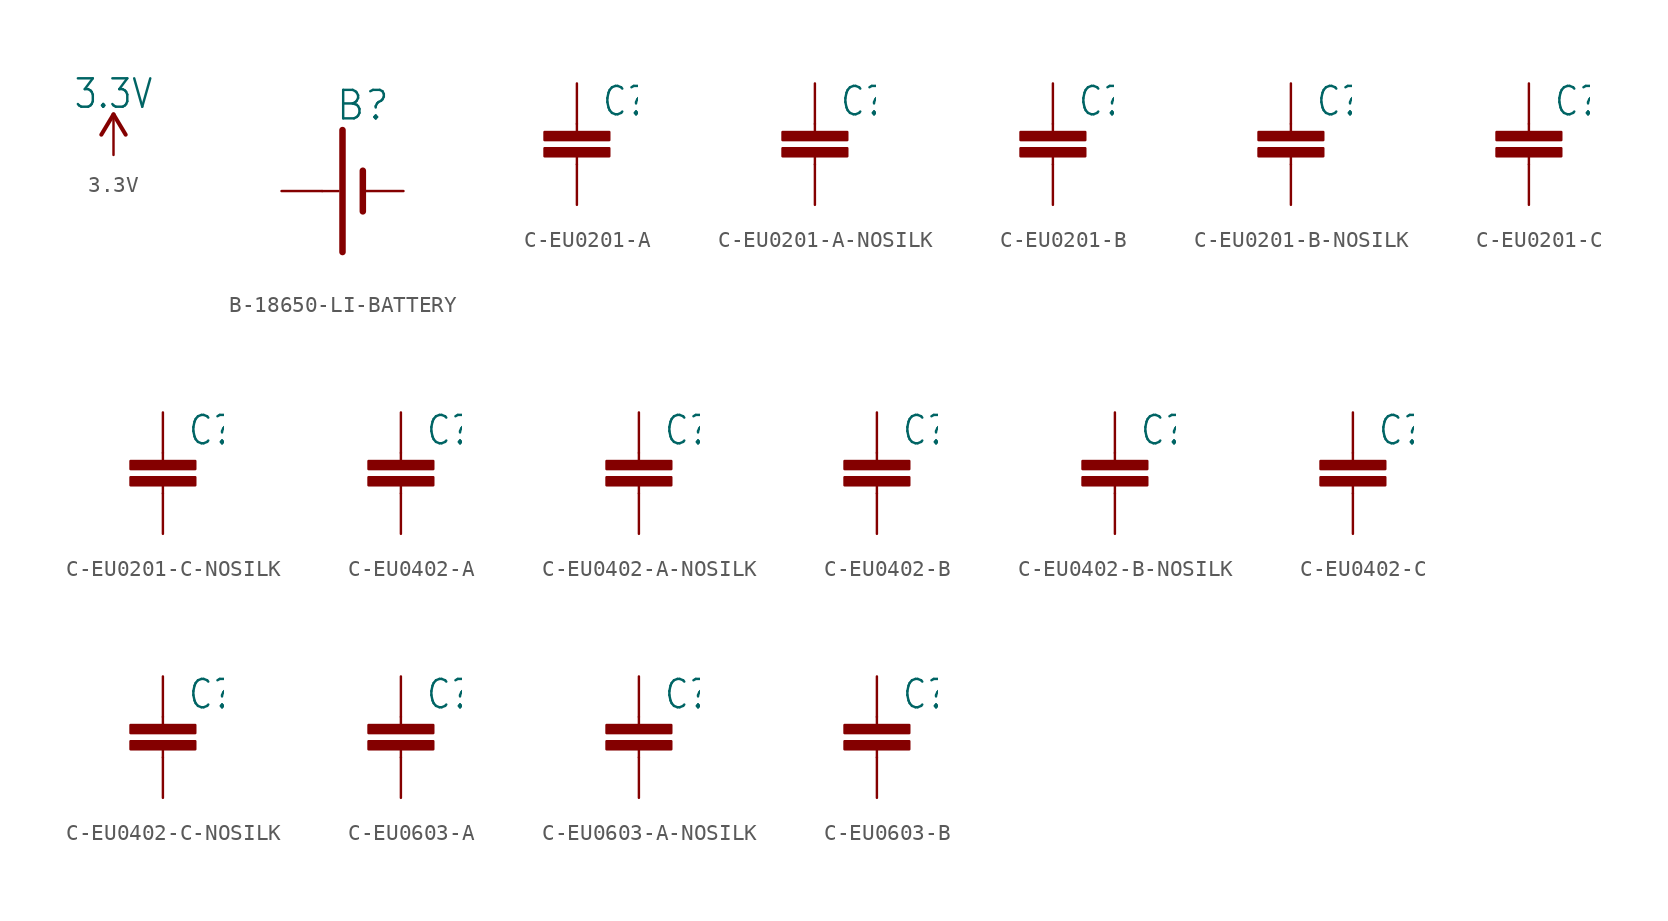
<source format=kicad_sym>
(kicad_symbol_lib
  (version 20220914)
  (generator kicad_symbol_editor)
  (symbol "3.3V"
    (power)
    (property "Reference" "#SUPPLY"
      (at 0 0 0)
      (effects (font (size 1.27 1.27)) hide))
    (property "Value" "3.3V"
      (at 0 2.794 0)
      (effects (font (size 1.778 1.511)) (justify bottom)))
    (property "ki_locked" ""
      (at 0 0 0)
      (effects (font (size 1.27 1.27))))
    (symbol "3.3V_1_0"
      (polyline (pts (xy 0 2.54) (xy -0.762 1.27)) (stroke (width 0.254) (type solid)) (fill (type none)))
      (polyline (pts (xy 0.762 1.27) (xy 0 2.54)) (stroke (width 0.254) (type solid)) (fill (type none)))
      (pin power_in line (at 0 0 90) (length 2.54) (name "3.3V" (effects (font (size 0 0)))) (number "1" (effects (font (size 0 0)))))))
  (symbol "B-18650-LI-BATTERY"
    (property "Reference" "B"
      (at 0 4.318 0)
      (effects (font (size 1.778 1.778)) (justify bottom)))
    (property "Value" ""
      (at 0 -4.318 0)
      (effects (font (size 1.778 1.778)) (justify top)))
    (property "ki_locked" ""
      (at 0 0 0)
      (effects (font (size 1.27 1.27))))
    (symbol "B-18650-LI-BATTERY_1_0"
      (polyline (pts (xy -2.54 0) (xy -1.524 0)) (stroke (width 0.152) (type solid)) (fill (type none)))
      (polyline (pts (xy -1.27 3.81) (xy -1.27 -3.81)) (stroke (width 0.406) (type solid)) (fill (type none)))
      (polyline (pts (xy 0 1.27) (xy 0 -1.27)) (stroke (width 0.406) (type solid)) (fill (type none)))
      (pin power_in line (at 2.54 0 180) (length 2.54) (name "NEG" (effects (font (size 0 0)))) (number "NEG-T" (effects (font (size 0 0)))))
      (pin power_in line (at -5.08 0 0) (length 2.54) (name "POS" (effects (font (size 0 0)))) (number "POS-T" (effects (font (size 0 0)))))))
  (symbol "C-EU0201-A"
    (property "Reference" "C"
      (at 1.524 0.381 0)
      (effects (font (size 1.778 1.511)) (justify left bottom)))
    (property "Value" ""
      (at 1.524 -4.699 0)
      (effects (font (size 1.778 1.511)) (justify left bottom)))
    (property "ki_locked" ""
      (at 0 0 0)
      (effects (font (size 1.27 1.27))))
    (symbol "C-EU0201-A_1_0"
      (rectangle (start -2.032 -2.032) (end 2.032 -1.524) (stroke (width 0) (type default)) (fill (type outline)))
      (rectangle (start -2.032 -1.016) (end 2.032 -0.508) (stroke (width 0) (type default)) (fill (type outline)))
      (polyline (pts (xy 0 -2.54) (xy 0 -2.032)) (stroke (width 0.152) (type solid)) (fill (type none)))
      (polyline (pts (xy 0 0) (xy 0 -0.508)) (stroke (width 0.152) (type solid)) (fill (type none)))
      (pin passive line (at 0 2.54 270) (length 2.54) (name "1" (effects (font (size 0 0)))) (number "1" (effects (font (size 0 0)))))
      (pin passive line (at 0 -5.08 90) (length 2.54) (name "2" (effects (font (size 0 0)))) (number "2" (effects (font (size 0 0)))))))
  (symbol "C-EU0201-A-NOSILK"
    (property "Reference" "C"
      (at 1.524 0.381 0)
      (effects (font (size 1.778 1.511)) (justify left bottom)))
    (property "Value" ""
      (at 1.524 -4.699 0)
      (effects (font (size 1.778 1.511)) (justify left bottom)))
    (property "ki_locked" ""
      (at 0 0 0)
      (effects (font (size 1.27 1.27))))
    (symbol "C-EU0201-A-NOSILK_1_0"
      (rectangle (start -2.032 -2.032) (end 2.032 -1.524) (stroke (width 0) (type default)) (fill (type outline)))
      (rectangle (start -2.032 -1.016) (end 2.032 -0.508) (stroke (width 0) (type default)) (fill (type outline)))
      (polyline (pts (xy 0 -2.54) (xy 0 -2.032)) (stroke (width 0.152) (type solid)) (fill (type none)))
      (polyline (pts (xy 0 0) (xy 0 -0.508)) (stroke (width 0.152) (type solid)) (fill (type none)))
      (pin passive line (at 0 2.54 270) (length 2.54) (name "1" (effects (font (size 0 0)))) (number "1" (effects (font (size 0 0)))))
      (pin passive line (at 0 -5.08 90) (length 2.54) (name "2" (effects (font (size 0 0)))) (number "2" (effects (font (size 0 0)))))))
  (symbol "C-EU0201-B"
    (property "Reference" "C"
      (at 1.524 0.381 0)
      (effects (font (size 1.778 1.511)) (justify left bottom)))
    (property "Value" ""
      (at 1.524 -4.699 0)
      (effects (font (size 1.778 1.511)) (justify left bottom)))
    (property "ki_locked" ""
      (at 0 0 0)
      (effects (font (size 1.27 1.27))))
    (symbol "C-EU0201-B_1_0"
      (rectangle (start -2.032 -2.032) (end 2.032 -1.524) (stroke (width 0) (type default)) (fill (type outline)))
      (rectangle (start -2.032 -1.016) (end 2.032 -0.508) (stroke (width 0) (type default)) (fill (type outline)))
      (polyline (pts (xy 0 -2.54) (xy 0 -2.032)) (stroke (width 0.152) (type solid)) (fill (type none)))
      (polyline (pts (xy 0 0) (xy 0 -0.508)) (stroke (width 0.152) (type solid)) (fill (type none)))
      (pin passive line (at 0 2.54 270) (length 2.54) (name "1" (effects (font (size 0 0)))) (number "1" (effects (font (size 0 0)))))
      (pin passive line (at 0 -5.08 90) (length 2.54) (name "2" (effects (font (size 0 0)))) (number "2" (effects (font (size 0 0)))))))
  (symbol "C-EU0201-B-NOSILK"
    (property "Reference" "C"
      (at 1.524 0.381 0)
      (effects (font (size 1.778 1.511)) (justify left bottom)))
    (property "Value" ""
      (at 1.524 -4.699 0)
      (effects (font (size 1.778 1.511)) (justify left bottom)))
    (property "ki_locked" ""
      (at 0 0 0)
      (effects (font (size 1.27 1.27))))
    (symbol "C-EU0201-B-NOSILK_1_0"
      (rectangle (start -2.032 -2.032) (end 2.032 -1.524) (stroke (width 0) (type default)) (fill (type outline)))
      (rectangle (start -2.032 -1.016) (end 2.032 -0.508) (stroke (width 0) (type default)) (fill (type outline)))
      (polyline (pts (xy 0 -2.54) (xy 0 -2.032)) (stroke (width 0.152) (type solid)) (fill (type none)))
      (polyline (pts (xy 0 0) (xy 0 -0.508)) (stroke (width 0.152) (type solid)) (fill (type none)))
      (pin passive line (at 0 2.54 270) (length 2.54) (name "1" (effects (font (size 0 0)))) (number "1" (effects (font (size 0 0)))))
      (pin passive line (at 0 -5.08 90) (length 2.54) (name "2" (effects (font (size 0 0)))) (number "2" (effects (font (size 0 0)))))))
  (symbol "C-EU0201-C"
    (property "Reference" "C"
      (at 1.524 0.381 0)
      (effects (font (size 1.778 1.511)) (justify left bottom)))
    (property "Value" ""
      (at 1.524 -4.699 0)
      (effects (font (size 1.778 1.511)) (justify left bottom)))
    (property "ki_locked" ""
      (at 0 0 0)
      (effects (font (size 1.27 1.27))))
    (symbol "C-EU0201-C_1_0"
      (rectangle (start -2.032 -2.032) (end 2.032 -1.524) (stroke (width 0) (type default)) (fill (type outline)))
      (rectangle (start -2.032 -1.016) (end 2.032 -0.508) (stroke (width 0) (type default)) (fill (type outline)))
      (polyline (pts (xy 0 -2.54) (xy 0 -2.032)) (stroke (width 0.152) (type solid)) (fill (type none)))
      (polyline (pts (xy 0 0) (xy 0 -0.508)) (stroke (width 0.152) (type solid)) (fill (type none)))
      (pin passive line (at 0 2.54 270) (length 2.54) (name "1" (effects (font (size 0 0)))) (number "1" (effects (font (size 0 0)))))
      (pin passive line (at 0 -5.08 90) (length 2.54) (name "2" (effects (font (size 0 0)))) (number "2" (effects (font (size 0 0)))))))
  (symbol "C-EU0201-C-NOSILK"
    (property "Reference" "C"
      (at 1.524 0.381 0)
      (effects (font (size 1.778 1.511)) (justify left bottom)))
    (property "Value" ""
      (at 1.524 -4.699 0)
      (effects (font (size 1.778 1.511)) (justify left bottom)))
    (property "ki_locked" ""
      (at 0 0 0)
      (effects (font (size 1.27 1.27))))
    (symbol "C-EU0201-C-NOSILK_1_0"
      (rectangle (start -2.032 -2.032) (end 2.032 -1.524) (stroke (width 0) (type default)) (fill (type outline)))
      (rectangle (start -2.032 -1.016) (end 2.032 -0.508) (stroke (width 0) (type default)) (fill (type outline)))
      (polyline (pts (xy 0 -2.54) (xy 0 -2.032)) (stroke (width 0.152) (type solid)) (fill (type none)))
      (polyline (pts (xy 0 0) (xy 0 -0.508)) (stroke (width 0.152) (type solid)) (fill (type none)))
      (pin passive line (at 0 2.54 270) (length 2.54) (name "1" (effects (font (size 0 0)))) (number "1" (effects (font (size 0 0)))))
      (pin passive line (at 0 -5.08 90) (length 2.54) (name "2" (effects (font (size 0 0)))) (number "2" (effects (font (size 0 0)))))))
  (symbol "C-EU0402-A"
    (property "Reference" "C"
      (at 1.524 0.381 0)
      (effects (font (size 1.778 1.511)) (justify left bottom)))
    (property "Value" ""
      (at 1.524 -4.699 0)
      (effects (font (size 1.778 1.511)) (justify left bottom)))
    (property "ki_locked" ""
      (at 0 0 0)
      (effects (font (size 1.27 1.27))))
    (symbol "C-EU0402-A_1_0"
      (rectangle (start -2.032 -2.032) (end 2.032 -1.524) (stroke (width 0) (type default)) (fill (type outline)))
      (rectangle (start -2.032 -1.016) (end 2.032 -0.508) (stroke (width 0) (type default)) (fill (type outline)))
      (polyline (pts (xy 0 -2.54) (xy 0 -2.032)) (stroke (width 0.152) (type solid)) (fill (type none)))
      (polyline (pts (xy 0 0) (xy 0 -0.508)) (stroke (width 0.152) (type solid)) (fill (type none)))
      (pin passive line (at 0 2.54 270) (length 2.54) (name "1" (effects (font (size 0 0)))) (number "1" (effects (font (size 0 0)))))
      (pin passive line (at 0 -5.08 90) (length 2.54) (name "2" (effects (font (size 0 0)))) (number "2" (effects (font (size 0 0)))))))
  (symbol "C-EU0402-A-NOSILK"
    (property "Reference" "C"
      (at 1.524 0.381 0)
      (effects (font (size 1.778 1.511)) (justify left bottom)))
    (property "Value" ""
      (at 1.524 -4.699 0)
      (effects (font (size 1.778 1.511)) (justify left bottom)))
    (property "ki_locked" ""
      (at 0 0 0)
      (effects (font (size 1.27 1.27))))
    (symbol "C-EU0402-A-NOSILK_1_0"
      (rectangle (start -2.032 -2.032) (end 2.032 -1.524) (stroke (width 0) (type default)) (fill (type outline)))
      (rectangle (start -2.032 -1.016) (end 2.032 -0.508) (stroke (width 0) (type default)) (fill (type outline)))
      (polyline (pts (xy 0 -2.54) (xy 0 -2.032)) (stroke (width 0.152) (type solid)) (fill (type none)))
      (polyline (pts (xy 0 0) (xy 0 -0.508)) (stroke (width 0.152) (type solid)) (fill (type none)))
      (pin passive line (at 0 2.54 270) (length 2.54) (name "1" (effects (font (size 0 0)))) (number "1" (effects (font (size 0 0)))))
      (pin passive line (at 0 -5.08 90) (length 2.54) (name "2" (effects (font (size 0 0)))) (number "2" (effects (font (size 0 0)))))))
  (symbol "C-EU0402-B"
    (property "Reference" "C"
      (at 1.524 0.381 0)
      (effects (font (size 1.778 1.511)) (justify left bottom)))
    (property "Value" ""
      (at 1.524 -4.699 0)
      (effects (font (size 1.778 1.511)) (justify left bottom)))
    (property "ki_locked" ""
      (at 0 0 0)
      (effects (font (size 1.27 1.27))))
    (symbol "C-EU0402-B_1_0"
      (rectangle (start -2.032 -2.032) (end 2.032 -1.524) (stroke (width 0) (type default)) (fill (type outline)))
      (rectangle (start -2.032 -1.016) (end 2.032 -0.508) (stroke (width 0) (type default)) (fill (type outline)))
      (polyline (pts (xy 0 -2.54) (xy 0 -2.032)) (stroke (width 0.152) (type solid)) (fill (type none)))
      (polyline (pts (xy 0 0) (xy 0 -0.508)) (stroke (width 0.152) (type solid)) (fill (type none)))
      (pin passive line (at 0 2.54 270) (length 2.54) (name "1" (effects (font (size 0 0)))) (number "1" (effects (font (size 0 0)))))
      (pin passive line (at 0 -5.08 90) (length 2.54) (name "2" (effects (font (size 0 0)))) (number "2" (effects (font (size 0 0)))))))
  (symbol "C-EU0402-B-NOSILK"
    (property "Reference" "C"
      (at 1.524 0.381 0)
      (effects (font (size 1.778 1.511)) (justify left bottom)))
    (property "Value" ""
      (at 1.524 -4.699 0)
      (effects (font (size 1.778 1.511)) (justify left bottom)))
    (property "ki_locked" ""
      (at 0 0 0)
      (effects (font (size 1.27 1.27))))
    (symbol "C-EU0402-B-NOSILK_1_0"
      (rectangle (start -2.032 -2.032) (end 2.032 -1.524) (stroke (width 0) (type default)) (fill (type outline)))
      (rectangle (start -2.032 -1.016) (end 2.032 -0.508) (stroke (width 0) (type default)) (fill (type outline)))
      (polyline (pts (xy 0 -2.54) (xy 0 -2.032)) (stroke (width 0.152) (type solid)) (fill (type none)))
      (polyline (pts (xy 0 0) (xy 0 -0.508)) (stroke (width 0.152) (type solid)) (fill (type none)))
      (pin passive line (at 0 2.54 270) (length 2.54) (name "1" (effects (font (size 0 0)))) (number "1" (effects (font (size 0 0)))))
      (pin passive line (at 0 -5.08 90) (length 2.54) (name "2" (effects (font (size 0 0)))) (number "2" (effects (font (size 0 0)))))))
  (symbol "C-EU0402-C"
    (property "Reference" "C"
      (at 1.524 0.381 0)
      (effects (font (size 1.778 1.511)) (justify left bottom)))
    (property "Value" ""
      (at 1.524 -4.699 0)
      (effects (font (size 1.778 1.511)) (justify left bottom)))
    (property "ki_locked" ""
      (at 0 0 0)
      (effects (font (size 1.27 1.27))))
    (symbol "C-EU0402-C_1_0"
      (rectangle (start -2.032 -2.032) (end 2.032 -1.524) (stroke (width 0) (type default)) (fill (type outline)))
      (rectangle (start -2.032 -1.016) (end 2.032 -0.508) (stroke (width 0) (type default)) (fill (type outline)))
      (polyline (pts (xy 0 -2.54) (xy 0 -2.032)) (stroke (width 0.152) (type solid)) (fill (type none)))
      (polyline (pts (xy 0 0) (xy 0 -0.508)) (stroke (width 0.152) (type solid)) (fill (type none)))
      (pin passive line (at 0 2.54 270) (length 2.54) (name "1" (effects (font (size 0 0)))) (number "1" (effects (font (size 0 0)))))
      (pin passive line (at 0 -5.08 90) (length 2.54) (name "2" (effects (font (size 0 0)))) (number "2" (effects (font (size 0 0)))))))
  (symbol "C-EU0402-C-NOSILK"
    (property "Reference" "C"
      (at 1.524 0.381 0)
      (effects (font (size 1.778 1.511)) (justify left bottom)))
    (property "Value" ""
      (at 1.524 -4.699 0)
      (effects (font (size 1.778 1.511)) (justify left bottom)))
    (property "ki_locked" ""
      (at 0 0 0)
      (effects (font (size 1.27 1.27))))
    (symbol "C-EU0402-C-NOSILK_1_0"
      (rectangle (start -2.032 -2.032) (end 2.032 -1.524) (stroke (width 0) (type default)) (fill (type outline)))
      (rectangle (start -2.032 -1.016) (end 2.032 -0.508) (stroke (width 0) (type default)) (fill (type outline)))
      (polyline (pts (xy 0 -2.54) (xy 0 -2.032)) (stroke (width 0.152) (type solid)) (fill (type none)))
      (polyline (pts (xy 0 0) (xy 0 -0.508)) (stroke (width 0.152) (type solid)) (fill (type none)))
      (pin passive line (at 0 2.54 270) (length 2.54) (name "1" (effects (font (size 0 0)))) (number "1" (effects (font (size 0 0)))))
      (pin passive line (at 0 -5.08 90) (length 2.54) (name "2" (effects (font (size 0 0)))) (number "2" (effects (font (size 0 0)))))))
  (symbol "C-EU0603-A"
    (property "Reference" "C"
      (at 1.524 0.381 0)
      (effects (font (size 1.778 1.511)) (justify left bottom)))
    (property "Value" ""
      (at 1.524 -4.699 0)
      (effects (font (size 1.778 1.511)) (justify left bottom)))
    (property "ki_locked" ""
      (at 0 0 0)
      (effects (font (size 1.27 1.27))))
    (symbol "C-EU0603-A_1_0"
      (rectangle (start -2.032 -2.032) (end 2.032 -1.524) (stroke (width 0) (type default)) (fill (type outline)))
      (rectangle (start -2.032 -1.016) (end 2.032 -0.508) (stroke (width 0) (type default)) (fill (type outline)))
      (polyline (pts (xy 0 -2.54) (xy 0 -2.032)) (stroke (width 0.152) (type solid)) (fill (type none)))
      (polyline (pts (xy 0 0) (xy 0 -0.508)) (stroke (width 0.152) (type solid)) (fill (type none)))
      (pin passive line (at 0 2.54 270) (length 2.54) (name "1" (effects (font (size 0 0)))) (number "1" (effects (font (size 0 0)))))
      (pin passive line (at 0 -5.08 90) (length 2.54) (name "2" (effects (font (size 0 0)))) (number "2" (effects (font (size 0 0)))))))
  (symbol "C-EU0603-A-NOSILK"
    (property "Reference" "C"
      (at 1.524 0.381 0)
      (effects (font (size 1.778 1.511)) (justify left bottom)))
    (property "Value" ""
      (at 1.524 -4.699 0)
      (effects (font (size 1.778 1.511)) (justify left bottom)))
    (property "ki_locked" ""
      (at 0 0 0)
      (effects (font (size 1.27 1.27))))
    (symbol "C-EU0603-A-NOSILK_1_0"
      (rectangle (start -2.032 -2.032) (end 2.032 -1.524) (stroke (width 0) (type default)) (fill (type outline)))
      (rectangle (start -2.032 -1.016) (end 2.032 -0.508) (stroke (width 0) (type default)) (fill (type outline)))
      (polyline (pts (xy 0 -2.54) (xy 0 -2.032)) (stroke (width 0.152) (type solid)) (fill (type none)))
      (polyline (pts (xy 0 0) (xy 0 -0.508)) (stroke (width 0.152) (type solid)) (fill (type none)))
      (pin passive line (at 0 2.54 270) (length 2.54) (name "1" (effects (font (size 0 0)))) (number "1" (effects (font (size 0 0)))))
      (pin passive line (at 0 -5.08 90) (length 2.54) (name "2" (effects (font (size 0 0)))) (number "2" (effects (font (size 0 0)))))))
  (symbol "C-EU0603-B"
    (property "Reference" "C"
      (at 1.524 0.381 0)
      (effects (font (size 1.778 1.511)) (justify left bottom)))
    (property "Value" ""
      (at 1.524 -4.699 0)
      (effects (font (size 1.778 1.511)) (justify left bottom)))
    (property "ki_locked" ""
      (at 0 0 0)
      (effects (font (size 1.27 1.27))))
    (symbol "C-EU0603-B_1_0"
      (rectangle (start -2.032 -2.032) (end 2.032 -1.524) (stroke (width 0) (type default)) (fill (type outline)))
      (rectangle (start -2.032 -1.016) (end 2.032 -0.508) (stroke (width 0) (type default)) (fill (type outline)))
      (polyline (pts (xy 0 -2.54) (xy 0 -2.032)) (stroke (width 0.152) (type solid)) (fill (type none)))
      (polyline (pts (xy 0 0) (xy 0 -0.508)) (stroke (width 0.152) (type solid)) (fill (type none)))
      (pin passive line (at 0 2.54 270) (length 2.54) (name "1" (effects (font (size 0 0)))) (number "1" (effects (font (size 0 0)))))
      (pin passive line (at 0 -5.08 90) (length 2.54) (name "2" (effects (font (size 0 0)))) (number "2" (effects (font (size 0 0))))))))
</source>
